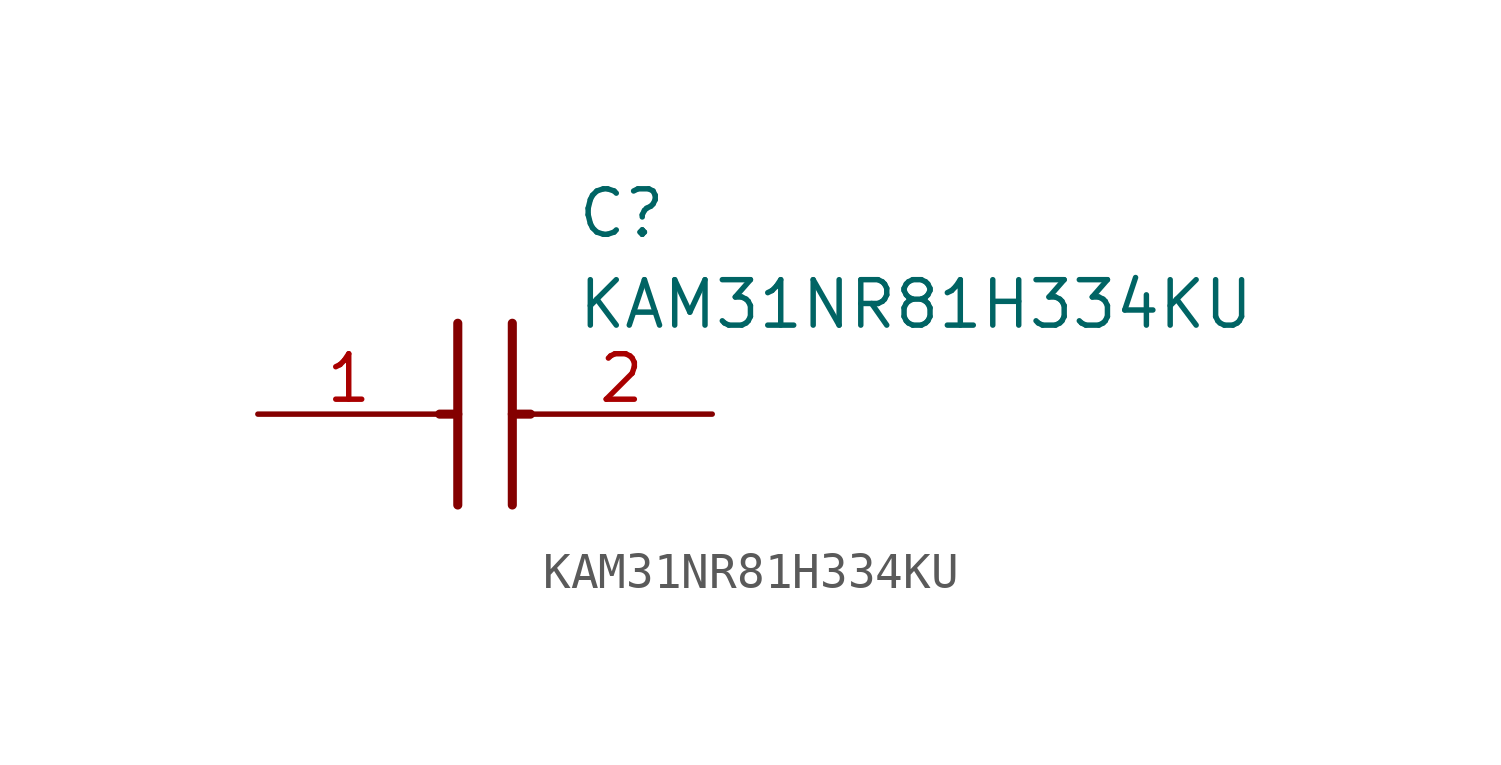
<source format=kicad_sym>
(kicad_symbol_lib
  (version 20211014)
  (generator SamacSys_ECAD_Model)
  (symbol "KAM31NR81H334KU"
    (pin_names hide)
    (property "Reference" "C"
      (at 8.89 6.35 0)
      (effects (font (size 1.27 1.27)) (justify left top)))
    (property "Value" "KAM31NR81H334KU"
      (at 8.89 3.81 0)
      (effects (font (size 1.27 1.27)) (justify left top)))
    (polyline
      (pts (xy 5.588 2.54) (xy 5.588 -2.54))
      (stroke (width 0.254) (type default))
      (fill (type none)))
    (polyline
      (pts (xy 7.112 2.54) (xy 7.112 -2.54))
      (stroke (width 0.254) (type default))
      (fill (type none)))
    (polyline
      (pts (xy 5.08 0) (xy 5.588 0))
      (stroke (width 0.254) (type default))
      (fill (type none)))
    (polyline
      (pts (xy 7.112 0) (xy 7.62 0))
      (stroke (width 0.254) (type default))
      (fill (type none)))
    (pin passive line
      (at 0 0 0)
      (length 5.08)
      (name "1" (effects (font (size 1.27 1.27))))
      (number "1" (effects (font (size 1.27 1.27)))))
    (pin passive line
      (at 12.7 0 180)
      (length 5.08)
      (name "2" (effects (font (size 1.27 1.27))))
      (number "2" (effects (font (size 1.27 1.27)))))))
</source>
